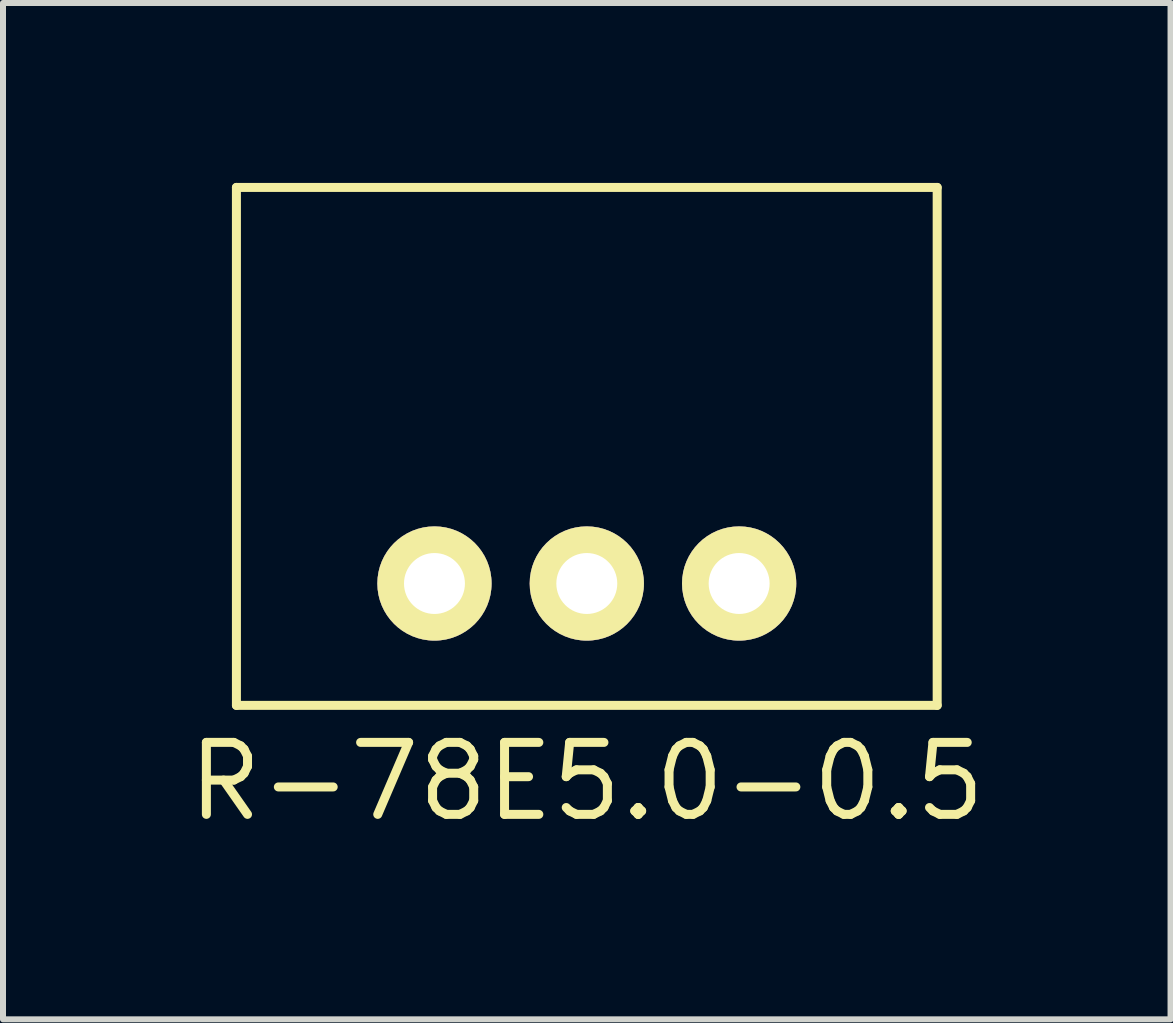
<source format=kicad_pcb>
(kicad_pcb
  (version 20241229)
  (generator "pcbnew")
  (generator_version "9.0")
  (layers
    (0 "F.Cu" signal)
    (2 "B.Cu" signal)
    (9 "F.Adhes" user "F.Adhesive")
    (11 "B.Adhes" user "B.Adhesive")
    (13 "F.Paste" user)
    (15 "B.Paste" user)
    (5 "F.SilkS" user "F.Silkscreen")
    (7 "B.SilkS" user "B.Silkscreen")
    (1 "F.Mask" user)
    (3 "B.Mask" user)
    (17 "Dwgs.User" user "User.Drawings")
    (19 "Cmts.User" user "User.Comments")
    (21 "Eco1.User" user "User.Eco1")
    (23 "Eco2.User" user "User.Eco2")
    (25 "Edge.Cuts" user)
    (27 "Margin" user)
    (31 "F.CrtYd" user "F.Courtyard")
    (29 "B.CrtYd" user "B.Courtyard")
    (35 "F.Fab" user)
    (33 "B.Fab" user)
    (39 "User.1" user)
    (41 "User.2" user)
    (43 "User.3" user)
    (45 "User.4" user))
  (footprint "R-78E5.0-0.5"
    (layer "F.Cu")
    (at 6.734 8.711)
    (property "Reference" "R-78E5.0-0.5" (at 0 1.27 0) (layer "F.SilkS") (effects (font (size 1.2 1.2) (thickness 0.15))))
    (attr through_hole)
    (fp_line (start -5.842 -8.636) (end 5.842 -8.636) (stroke (width 0.15) (type solid)) (layer "F.SilkS"))
    (fp_line (start -5.842 0) (end -5.842 -8.636) (stroke (width 0.15) (type solid)) (layer "F.SilkS"))
    (fp_line (start 5.842 -8.636) (end 5.842 0) (stroke (width 0.15) (type solid)) (layer "F.SilkS"))
    (fp_line (start 5.842 0) (end -5.842 0) (stroke (width 0.15) (type solid)) (layer "F.SilkS"))
    (pad "GND" thru_hole circle (at 0 -2.032) (size 1.905 1.905) (drill 1.016) (layers "*.Cu" "*.Mask" "F.SilkS"))
    (pad "VI" thru_hole circle (at -2.54 -2.032) (size 1.905 1.905) (drill 1.016) (layers "*.Cu" "*.Mask" "F.SilkS"))
    (pad "VO" thru_hole circle (at 2.54 -2.032) (size 1.905 1.905) (drill 1.016) (layers "*.Cu" "*.Mask" "F.SilkS")))
  (gr_rect
    (start -3 -3)
    (end 16.467 13.946)
    (stroke (width 0.1) (type default))
    (fill no)
    (layer "Edge.Cuts")))
</source>
